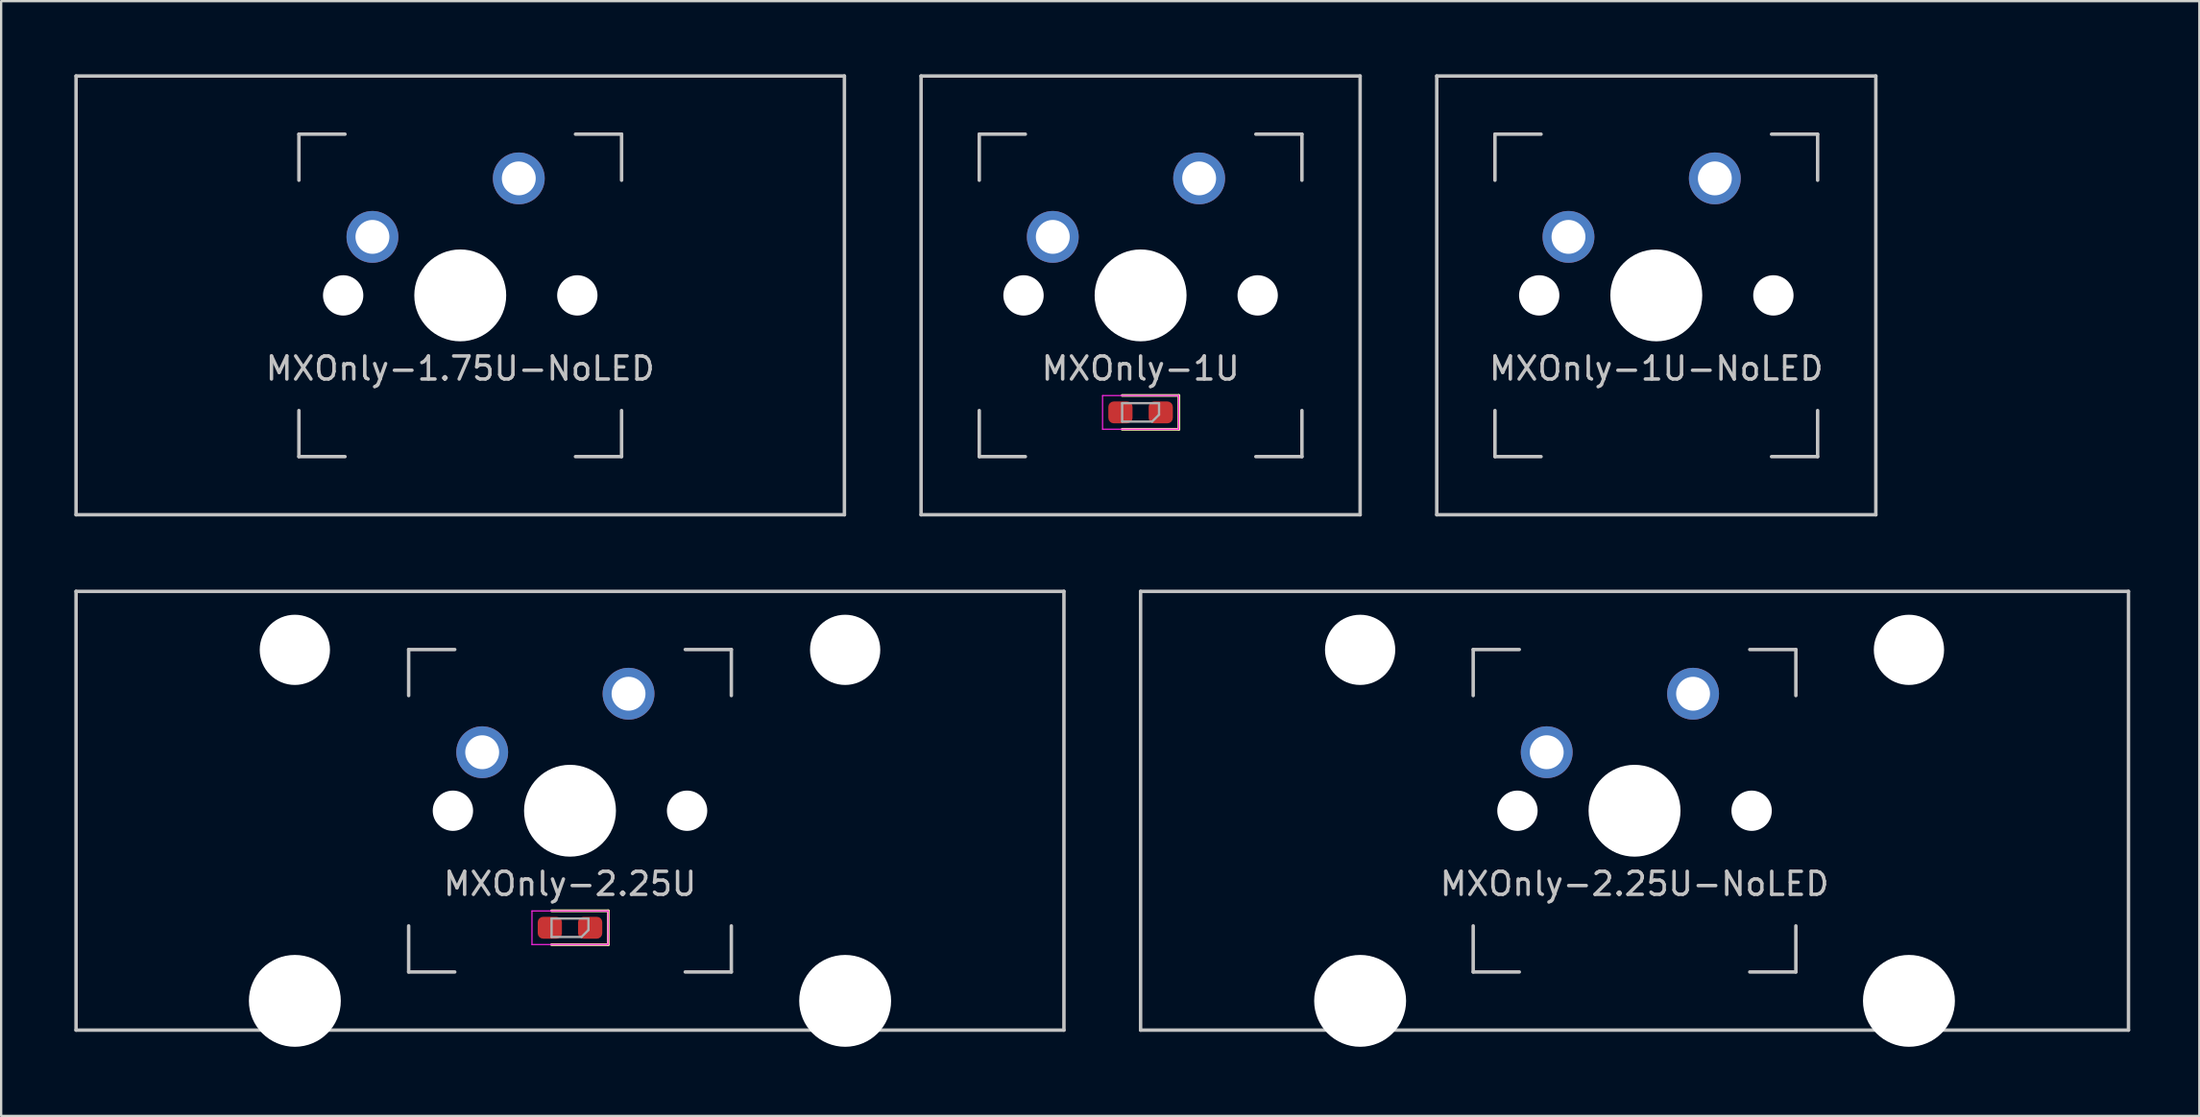
<source format=kicad_pcb>
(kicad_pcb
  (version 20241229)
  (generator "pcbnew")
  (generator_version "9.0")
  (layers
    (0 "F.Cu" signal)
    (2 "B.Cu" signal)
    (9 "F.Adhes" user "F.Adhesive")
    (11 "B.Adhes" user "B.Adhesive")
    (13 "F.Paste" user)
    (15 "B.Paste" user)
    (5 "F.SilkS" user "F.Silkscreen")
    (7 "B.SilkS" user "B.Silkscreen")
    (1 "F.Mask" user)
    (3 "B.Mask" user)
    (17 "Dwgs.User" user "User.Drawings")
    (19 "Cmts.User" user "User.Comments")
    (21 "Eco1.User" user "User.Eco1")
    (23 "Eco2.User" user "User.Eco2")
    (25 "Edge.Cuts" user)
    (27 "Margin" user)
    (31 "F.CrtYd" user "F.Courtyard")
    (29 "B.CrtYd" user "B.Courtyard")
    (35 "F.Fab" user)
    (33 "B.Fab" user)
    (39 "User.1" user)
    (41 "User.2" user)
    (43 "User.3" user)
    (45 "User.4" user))
  (footprint "MXOnly-2.25U-NoLED"
    (layer "F.Cu")
    (at 46.438 22.625)
    (property "Reference" "MXOnly-2.25U-NoLED" (at 21.431 12.7 0) (layer "Dwgs.User") (effects (font (size 1 1) (thickness 0.15))))
    (attr through_hole)
    (fp_line (start 0 0) (end 42.862 0) (stroke (width 0.15) (type solid)) (layer "Dwgs.User"))
    (fp_line (start 0 19.05) (end 0 0) (stroke (width 0.15) (type solid)) (layer "Dwgs.User"))
    (fp_line (start 0 19.05) (end 42.862 19.05) (stroke (width 0.15) (type solid)) (layer "Dwgs.User"))
    (fp_line (start 14.431 2.525) (end 14.431 4.525) (stroke (width 0.15) (type solid)) (layer "Dwgs.User"))
    (fp_line (start 14.431 14.525) (end 14.431 16.525) (stroke (width 0.15) (type solid)) (layer "Dwgs.User"))
    (fp_line (start 14.431 16.525) (end 16.431 16.525) (stroke (width 0.15) (type solid)) (layer "Dwgs.User"))
    (fp_line (start 16.431 2.525) (end 14.431 2.525) (stroke (width 0.15) (type solid)) (layer "Dwgs.User"))
    (fp_line (start 26.431 2.525) (end 28.431 2.525) (stroke (width 0.15) (type solid)) (layer "Dwgs.User"))
    (fp_line (start 26.431 16.525) (end 28.431 16.525) (stroke (width 0.15) (type solid)) (layer "Dwgs.User"))
    (fp_line (start 28.431 2.525) (end 28.431 4.525) (stroke (width 0.15) (type solid)) (layer "Dwgs.User"))
    (fp_line (start 28.431 16.525) (end 28.431 14.525) (stroke (width 0.15) (type solid)) (layer "Dwgs.User"))
    (fp_line (start 42.862 0) (end 42.862 19.05) (stroke (width 0.15) (type solid)) (layer "Dwgs.User"))
    (pad "" np_thru_hole circle (at 9.525 2.54) (size 3.048 3.048) (drill 3.048) (layers "*.Cu" "*.Mask"))
    (pad "" np_thru_hole circle (at 9.525 17.78) (size 3.988 3.988) (drill 3.988) (layers "*.Cu" "*.Mask"))
    (pad "" np_thru_hole circle (at 16.351 9.525 48.1) (size 1.75 1.75) (drill 1.75) (layers "*.Cu" "*.Mask"))
    (pad "" np_thru_hole circle (at 21.431 9.525) (size 3.988 3.988) (drill 3.988) (layers "*.Cu" "*.Mask"))
    (pad "" np_thru_hole circle (at 26.511 9.525 48.1) (size 1.75 1.75) (drill 1.75) (layers "*.Cu" "*.Mask"))
    (pad "" np_thru_hole circle (at 33.337 2.54) (size 3.048 3.048) (drill 3.048) (layers "*.Cu" "*.Mask"))
    (pad "" np_thru_hole circle (at 33.337 17.78) (size 3.988 3.988) (drill 3.988) (layers "*.Cu" "*.Mask"))
    (pad "1" thru_hole circle (at 17.621 6.985) (size 2.25 2.25) (drill 1.47) (layers "*.Cu" "B.Mask"))
    (pad "2" thru_hole circle (at 23.971 4.445) (size 2.25 2.25) (drill 1.47) (layers "*.Cu" "B.Mask")))
  (footprint "MXOnly-1U-NoLED"
    (layer "F.Cu")
    (at 59.288 0.25)
    (property "Reference" "MXOnly-1U-NoLED" (at 9.525 12.7 0) (layer "Dwgs.User") (effects (font (size 1 1) (thickness 0.15))))
    (attr through_hole)
    (fp_line (start 0 0) (end 19.05 0) (stroke (width 0.15) (type solid)) (layer "Dwgs.User"))
    (fp_line (start 0 19.05) (end 0 0) (stroke (width 0.15) (type solid)) (layer "Dwgs.User"))
    (fp_line (start 2.525 2.525) (end 2.525 4.525) (stroke (width 0.15) (type solid)) (layer "Dwgs.User"))
    (fp_line (start 2.525 14.525) (end 2.525 16.525) (stroke (width 0.15) (type solid)) (layer "Dwgs.User"))
    (fp_line (start 2.525 16.525) (end 4.525 16.525) (stroke (width 0.15) (type solid)) (layer "Dwgs.User"))
    (fp_line (start 4.525 2.525) (end 2.525 2.525) (stroke (width 0.15) (type solid)) (layer "Dwgs.User"))
    (fp_line (start 14.525 2.525) (end 16.525 2.525) (stroke (width 0.15) (type solid)) (layer "Dwgs.User"))
    (fp_line (start 14.525 16.525) (end 16.525 16.525) (stroke (width 0.15) (type solid)) (layer "Dwgs.User"))
    (fp_line (start 16.525 2.525) (end 16.525 4.525) (stroke (width 0.15) (type solid)) (layer "Dwgs.User"))
    (fp_line (start 16.525 16.525) (end 16.525 14.525) (stroke (width 0.15) (type solid)) (layer "Dwgs.User"))
    (fp_line (start 19.05 0) (end 19.05 19.05) (stroke (width 0.15) (type solid)) (layer "Dwgs.User"))
    (fp_line (start 19.05 19.05) (end 0 19.05) (stroke (width 0.15) (type solid)) (layer "Dwgs.User"))
    (pad "" np_thru_hole circle (at 4.445 9.525 48.1) (size 1.75 1.75) (drill 1.75) (layers "*.Cu" "*.Mask"))
    (pad "" np_thru_hole circle (at 9.525 9.525) (size 3.988 3.988) (drill 3.988) (layers "*.Cu" "*.Mask"))
    (pad "" np_thru_hole circle (at 14.605 9.525 48.1) (size 1.75 1.75) (drill 1.75) (layers "*.Cu" "*.Mask"))
    (pad "1" thru_hole circle (at 5.715 6.985) (size 2.25 2.25) (drill 1.47) (layers "*.Cu" "B.Mask"))
    (pad "2" thru_hole circle (at 12.065 4.445) (size 2.25 2.25) (drill 1.47) (layers "*.Cu" "B.Mask")))
  (footprint "MXOnly-1.75U-NoLED"
    (layer "F.Cu")
    (at 0.25 0.25)
    (property "Reference" "MXOnly-1.75U-NoLED" (at 16.669 12.7 0) (layer "Dwgs.User") (effects (font (size 1 1) (thickness 0.15))))
    (attr through_hole)
    (fp_line (start 0 0) (end 33.337 0) (stroke (width 0.15) (type solid)) (layer "Dwgs.User"))
    (fp_line (start 0 19.05) (end 0 0) (stroke (width 0.15) (type solid)) (layer "Dwgs.User"))
    (fp_line (start 0 19.05) (end 33.337 19.05) (stroke (width 0.15) (type solid)) (layer "Dwgs.User"))
    (fp_line (start 9.669 2.525) (end 9.669 4.525) (stroke (width 0.15) (type solid)) (layer "Dwgs.User"))
    (fp_line (start 9.669 14.525) (end 9.669 16.525) (stroke (width 0.15) (type solid)) (layer "Dwgs.User"))
    (fp_line (start 9.669 16.525) (end 11.669 16.525) (stroke (width 0.15) (type solid)) (layer "Dwgs.User"))
    (fp_line (start 11.669 2.525) (end 9.669 2.525) (stroke (width 0.15) (type solid)) (layer "Dwgs.User"))
    (fp_line (start 21.669 2.525) (end 23.669 2.525) (stroke (width 0.15) (type solid)) (layer "Dwgs.User"))
    (fp_line (start 21.669 16.525) (end 23.669 16.525) (stroke (width 0.15) (type solid)) (layer "Dwgs.User"))
    (fp_line (start 23.669 2.525) (end 23.669 4.525) (stroke (width 0.15) (type solid)) (layer "Dwgs.User"))
    (fp_line (start 23.669 16.525) (end 23.669 14.525) (stroke (width 0.15) (type solid)) (layer "Dwgs.User"))
    (fp_line (start 33.337 0) (end 33.337 19.05) (stroke (width 0.15) (type solid)) (layer "Dwgs.User"))
    (pad "" np_thru_hole circle (at 11.589 9.525 48.1) (size 1.75 1.75) (drill 1.75) (layers "*.Cu" "*.Mask"))
    (pad "" np_thru_hole circle (at 16.669 9.525) (size 3.988 3.988) (drill 3.988) (layers "*.Cu" "*.Mask"))
    (pad "" np_thru_hole circle (at 21.749 9.525 48.1) (size 1.75 1.75) (drill 1.75) (layers "*.Cu" "*.Mask"))
    (pad "1" thru_hole circle (at 12.859 6.985) (size 2.25 2.25) (drill 1.47) (layers "*.Cu" "B.Mask"))
    (pad "2" thru_hole circle (at 19.209 4.445) (size 2.25 2.25) (drill 1.47) (layers "*.Cu" "B.Mask")))
  (footprint "MXOnly-2.25U"
    (layer "F.Cu")
    (at 0.25 22.625)
    (property "Reference" "MXOnly-2.25U" (at 21.431 12.7 0) (layer "Dwgs.User") (effects (font (size 1 1) (thickness 0.15))))
    (attr through_hole)
    (fp_line (start 20.631 15.34) (end 23.091 15.34) (stroke (width 0.12) (type solid)) (layer "F.SilkS"))
    (fp_line (start 23.091 13.87) (end 20.631 13.87) (stroke (width 0.12) (type solid)) (layer "F.SilkS"))
    (fp_line (start 23.091 15.34) (end 23.091 13.87) (stroke (width 0.12) (type solid)) (layer "F.SilkS"))
    (fp_line (start 0 0) (end 42.862 0) (stroke (width 0.15) (type solid)) (layer "Dwgs.User"))
    (fp_line (start 0 19.05) (end 0 0) (stroke (width 0.15) (type solid)) (layer "Dwgs.User"))
    (fp_line (start 0 19.05) (end 42.862 19.05) (stroke (width 0.15) (type solid)) (layer "Dwgs.User"))
    (fp_line (start 14.431 2.525) (end 14.431 4.525) (stroke (width 0.15) (type solid)) (layer "Dwgs.User"))
    (fp_line (start 14.431 14.525) (end 14.431 16.525) (stroke (width 0.15) (type solid)) (layer "Dwgs.User"))
    (fp_line (start 14.431 16.525) (end 16.431 16.525) (stroke (width 0.15) (type solid)) (layer "Dwgs.User"))
    (fp_line (start 16.431 2.525) (end 14.431 2.525) (stroke (width 0.15) (type solid)) (layer "Dwgs.User"))
    (fp_line (start 26.431 2.525) (end 28.431 2.525) (stroke (width 0.15) (type solid)) (layer "Dwgs.User"))
    (fp_line (start 26.431 16.525) (end 28.431 16.525) (stroke (width 0.15) (type solid)) (layer "Dwgs.User"))
    (fp_line (start 28.431 2.525) (end 28.431 4.525) (stroke (width 0.15) (type solid)) (layer "Dwgs.User"))
    (fp_line (start 28.431 16.525) (end 28.431 14.525) (stroke (width 0.15) (type solid)) (layer "Dwgs.User"))
    (fp_line (start 42.862 0) (end 42.862 19.05) (stroke (width 0.15) (type solid)) (layer "Dwgs.User"))
    (fp_line (start 19.781 13.875) (end 23.081 13.875) (stroke (width 0.05) (type solid)) (layer "F.CrtYd"))
    (fp_line (start 19.781 15.335) (end 19.781 13.875) (stroke (width 0.05) (type solid)) (layer "F.CrtYd"))
    (fp_line (start 23.081 13.875) (end 23.081 15.335) (stroke (width 0.05) (type solid)) (layer "F.CrtYd"))
    (fp_line (start 23.081 15.335) (end 19.781 15.335) (stroke (width 0.05) (type solid)) (layer "F.CrtYd"))
    (fp_line (start 20.631 14.205) (end 20.631 15.005) (stroke (width 0.1) (type solid)) (layer "F.Fab"))
    (fp_line (start 20.631 15.005) (end 21.931 15.005) (stroke (width 0.1) (type solid)) (layer "F.Fab"))
    (fp_line (start 21.931 15.005) (end 22.231 14.705) (stroke (width 0.1) (type solid)) (layer "F.Fab"))
    (fp_line (start 22.231 14.205) (end 20.631 14.205) (stroke (width 0.1) (type solid)) (layer "F.Fab"))
    (fp_line (start 22.231 14.705) (end 22.231 14.205) (stroke (width 0.1) (type solid)) (layer "F.Fab"))
    (pad "" np_thru_hole circle (at 9.493 2.54) (size 3.048 3.048) (drill 3.048) (layers "*.Cu" "*.Mask"))
    (pad "" np_thru_hole circle (at 9.493 17.78) (size 3.988 3.988) (drill 3.988) (layers "*.Cu" "*.Mask"))
    (pad "" np_thru_hole circle (at 16.351 9.525 48.1) (size 1.75 1.75) (drill 1.75) (layers "*.Cu" "*.Mask"))
    (pad "" np_thru_hole circle (at 21.431 9.525) (size 3.988 3.988) (drill 3.988) (layers "*.Cu" "*.Mask"))
    (pad "" np_thru_hole circle (at 26.511 9.525 48.1) (size 1.75 1.75) (drill 1.75) (layers "*.Cu" "*.Mask"))
    (pad "" np_thru_hole circle (at 33.369 2.54) (size 3.048 3.048) (drill 3.048) (layers "*.Cu" "*.Mask"))
    (pad "" np_thru_hole circle (at 33.369 17.78) (size 3.988 3.988) (drill 3.988) (layers "*.Cu" "*.Mask"))
    (pad "1" thru_hole circle (at 17.621 6.985) (size 2.25 2.25) (drill 1.47) (layers "*.Cu" "B.Mask"))
    (pad "2" thru_hole circle (at 23.971 4.445) (size 2.25 2.25) (drill 1.47) (layers "*.Cu" "B.Mask"))
    (pad "3" smd roundrect (at 20.556 14.605 180) (size 1.05 0.95) (layers "F.Cu" "F.Mask" "F.Paste") (roundrect_rratio 0.25))
    (pad "4" smd roundrect (at 22.306 14.605 180) (size 1.05 0.95) (layers "F.Cu" "F.Mask" "F.Paste") (roundrect_rratio 0.25)))
  (footprint "MXOnly-1U"
    (layer "F.Cu")
    (at 36.913 0.25)
    (property "Reference" "MXOnly-1U" (at 9.525 12.7 0) (layer "Dwgs.User") (effects (font (size 1 1) (thickness 0.15))))
    (attr through_hole)
    (fp_line (start 8.725 15.34) (end 11.185 15.34) (stroke (width 0.12) (type solid)) (layer "F.SilkS"))
    (fp_line (start 11.185 13.87) (end 8.725 13.87) (stroke (width 0.12) (type solid)) (layer "F.SilkS"))
    (fp_line (start 11.185 15.34) (end 11.185 13.87) (stroke (width 0.12) (type solid)) (layer "F.SilkS"))
    (fp_line (start 0 0) (end 19.05 0) (stroke (width 0.15) (type solid)) (layer "Dwgs.User"))
    (fp_line (start 0 19.05) (end 0 0) (stroke (width 0.15) (type solid)) (layer "Dwgs.User"))
    (fp_line (start 2.525 2.525) (end 2.525 4.525) (stroke (width 0.15) (type solid)) (layer "Dwgs.User"))
    (fp_line (start 2.525 14.525) (end 2.525 16.525) (stroke (width 0.15) (type solid)) (layer "Dwgs.User"))
    (fp_line (start 2.525 16.525) (end 4.525 16.525) (stroke (width 0.15) (type solid)) (layer "Dwgs.User"))
    (fp_line (start 4.525 2.525) (end 2.525 2.525) (stroke (width 0.15) (type solid)) (layer "Dwgs.User"))
    (fp_line (start 14.525 2.525) (end 16.525 2.525) (stroke (width 0.15) (type solid)) (layer "Dwgs.User"))
    (fp_line (start 14.525 16.525) (end 16.525 16.525) (stroke (width 0.15) (type solid)) (layer "Dwgs.User"))
    (fp_line (start 16.525 2.525) (end 16.525 4.525) (stroke (width 0.15) (type solid)) (layer "Dwgs.User"))
    (fp_line (start 16.525 16.525) (end 16.525 14.525) (stroke (width 0.15) (type solid)) (layer "Dwgs.User"))
    (fp_line (start 19.05 0) (end 19.05 19.05) (stroke (width 0.15) (type solid)) (layer "Dwgs.User"))
    (fp_line (start 19.05 19.05) (end 0 19.05) (stroke (width 0.15) (type solid)) (layer "Dwgs.User"))
    (fp_line (start 7.875 13.875) (end 11.175 13.875) (stroke (width 0.05) (type solid)) (layer "F.CrtYd"))
    (fp_line (start 7.875 15.335) (end 7.875 13.875) (stroke (width 0.05) (type solid)) (layer "F.CrtYd"))
    (fp_line (start 11.175 13.875) (end 11.175 15.335) (stroke (width 0.05) (type solid)) (layer "F.CrtYd"))
    (fp_line (start 11.175 15.335) (end 7.875 15.335) (stroke (width 0.05) (type solid)) (layer "F.CrtYd"))
    (fp_line (start 8.725 14.205) (end 8.725 15.005) (stroke (width 0.1) (type solid)) (layer "F.Fab"))
    (fp_line (start 8.725 15.005) (end 10.025 15.005) (stroke (width 0.1) (type solid)) (layer "F.Fab"))
    (fp_line (start 10.025 15.005) (end 10.325 14.705) (stroke (width 0.1) (type solid)) (layer "F.Fab"))
    (fp_line (start 10.325 14.205) (end 8.725 14.205) (stroke (width 0.1) (type solid)) (layer "F.Fab"))
    (fp_line (start 10.325 14.705) (end 10.325 14.205) (stroke (width 0.1) (type solid)) (layer "F.Fab"))
    (pad "" np_thru_hole circle (at 4.445 9.525 48.1) (size 1.75 1.75) (drill 1.75) (layers "*.Cu" "*.Mask"))
    (pad "" np_thru_hole circle (at 9.525 9.525) (size 3.988 3.988) (drill 3.988) (layers "*.Cu" "*.Mask"))
    (pad "" np_thru_hole circle (at 14.605 9.525 48.1) (size 1.75 1.75) (drill 1.75) (layers "*.Cu" "*.Mask"))
    (pad "1" thru_hole circle (at 5.715 6.985) (size 2.25 2.25) (drill 1.47) (layers "*.Cu" "B.Mask"))
    (pad "2" thru_hole circle (at 12.065 4.445) (size 2.25 2.25) (drill 1.47) (layers "*.Cu" "B.Mask"))
    (pad "3" smd roundrect (at 8.65 14.605 180) (size 1.05 0.95) (layers "F.Cu" "F.Mask" "F.Paste") (roundrect_rratio 0.25))
    (pad "4" smd roundrect (at 10.4 14.605 180) (size 1.05 0.95) (layers "F.Cu" "F.Mask" "F.Paste") (roundrect_rratio 0.25)))
  (gr_rect
    (start -3 -3)
    (end 92.375 45.399)
    (stroke (width 0.1) (type default))
    (fill no)
    (layer "Edge.Cuts")))
</source>
